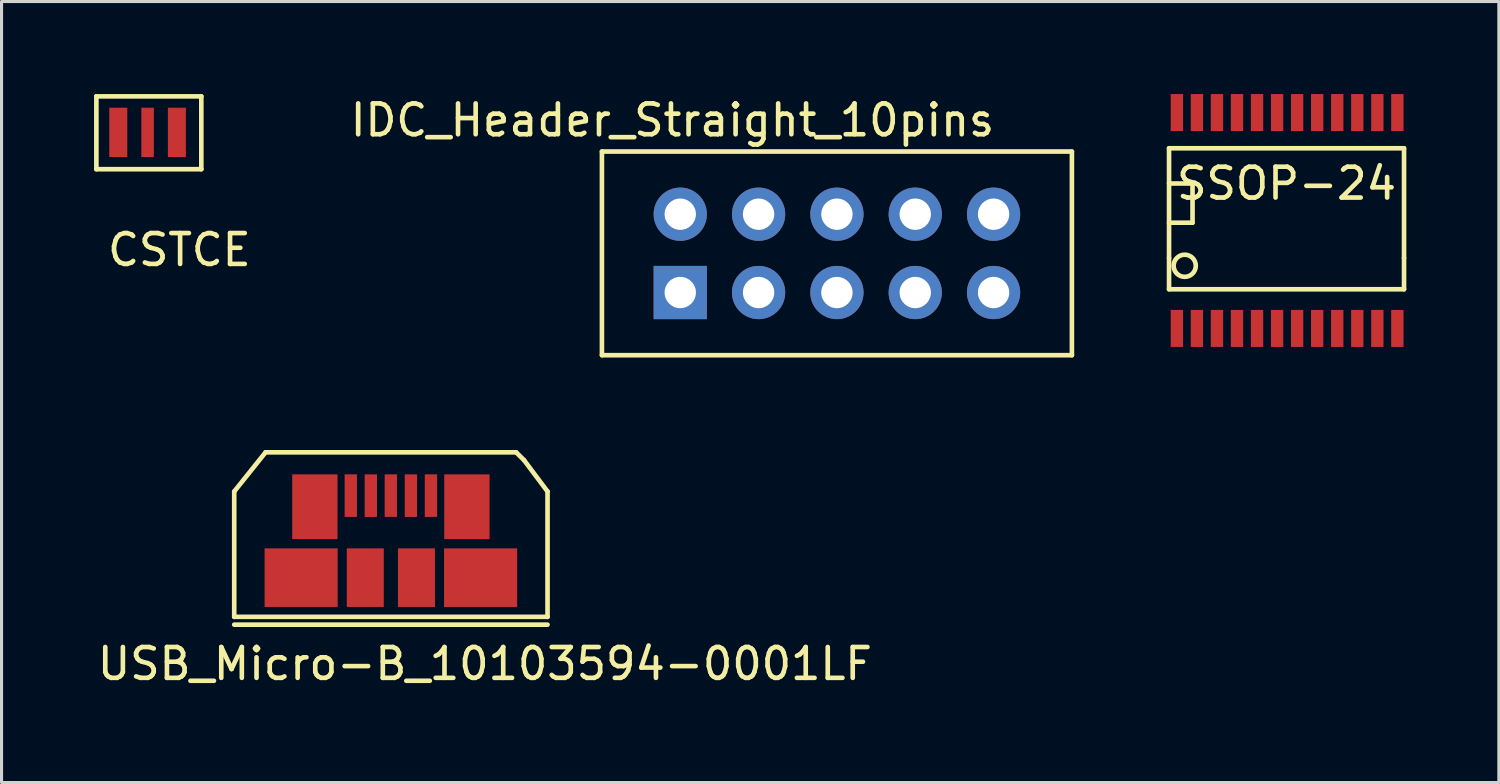
<source format=kicad_pcb>
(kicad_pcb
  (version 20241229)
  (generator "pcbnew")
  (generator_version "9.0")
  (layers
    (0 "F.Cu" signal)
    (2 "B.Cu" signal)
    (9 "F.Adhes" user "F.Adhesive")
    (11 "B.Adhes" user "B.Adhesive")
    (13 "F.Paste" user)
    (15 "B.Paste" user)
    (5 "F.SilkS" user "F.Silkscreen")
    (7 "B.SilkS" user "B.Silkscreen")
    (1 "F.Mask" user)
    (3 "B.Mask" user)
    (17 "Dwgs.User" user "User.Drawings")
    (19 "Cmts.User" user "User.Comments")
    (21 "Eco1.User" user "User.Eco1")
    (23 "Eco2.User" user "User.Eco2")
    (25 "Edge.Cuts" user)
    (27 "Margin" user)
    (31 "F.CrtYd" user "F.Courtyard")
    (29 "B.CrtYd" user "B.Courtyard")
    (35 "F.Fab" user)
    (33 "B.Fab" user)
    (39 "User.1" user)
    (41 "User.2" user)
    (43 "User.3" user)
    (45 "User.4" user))
  (footprint "USB_Micro-B_10103594-0001LF"
    (layer "F.Cu")
    (at 9.625 15.682)
    (property "Reference" "USB_Micro-B_10103594-0001LF" (at 3.048 2.794 0) (layer "F.SilkS") (effects (font (size 1 1) (thickness 0.15))))
    (attr smd)
    (fp_line (start -5.08 -2.794) (end -4.064 -4.064) (stroke (width 0.15) (type solid)) (layer "F.SilkS"))
    (fp_line (start -5.08 1.27) (end -5.08 -2.794) (stroke (width 0.15) (type solid)) (layer "F.SilkS"))
    (fp_line (start -5.08 1.524) (end 5.08 1.524) (stroke (width 0.15) (type solid)) (layer "F.SilkS"))
    (fp_line (start -4.064 -4.064) (end 4.064 -4.064) (stroke (width 0.15) (type solid)) (layer "F.SilkS"))
    (fp_line (start 4.064 -4.064) (end 4.318 -3.81) (stroke (width 0.15) (type solid)) (layer "F.SilkS"))
    (fp_line (start 4.318 -3.81) (end 5.08 -2.794) (stroke (width 0.15) (type solid)) (layer "F.SilkS"))
    (fp_line (start 5.08 -2.794) (end 5.08 1.27) (stroke (width 0.15) (type solid)) (layer "F.SilkS"))
    (fp_line (start 5.08 1.27) (end -5.08 1.27) (stroke (width 0.15) (type solid)) (layer "F.SilkS"))
    (pad "1" smd rect (at -1.3 -2.66 90) (size 1.38 0.4) (layers "F.Cu" "F.Mask" "F.Paste"))
    (pad "2" smd rect (at -0.65 -2.66 90) (size 1.38 0.4) (layers "F.Cu" "F.Mask" "F.Paste"))
    (pad "3" smd rect (at -0.001 -2.66 90) (size 1.38 0.4) (layers "F.Cu" "F.Mask" "F.Paste"))
    (pad "4" smd rect (at 0.65 -2.66 90) (size 1.38 0.4) (layers "F.Cu" "F.Mask" "F.Paste"))
    (pad "5" smd rect (at 1.3 -2.66 90) (size 1.38 0.4) (layers "F.Cu" "F.Mask" "F.Paste"))
    (pad "6" smd rect (at -2.91 0 90) (size 1.9 2.37) (layers "F.Cu" "F.Mask" "F.Paste"))
    (pad "6" smd rect (at -2.465 -2.3 90) (size 2.1 1.47) (layers "F.Cu" "F.Mask" "F.Paste"))
    (pad "6" smd rect (at -0.83 0 90) (size 1.9 1.2) (layers "F.Cu" "F.Mask" "F.Paste"))
    (pad "6" smd rect (at 0.83 0 90) (size 1.9 1.2) (layers "F.Cu" "F.Mask" "F.Paste"))
    (pad "6" smd rect (at 2.465 -2.3 90) (size 2.1 1.47) (layers "F.Cu" "F.Mask" "F.Paste"))
    (pad "6" smd rect (at 2.91 0 90) (size 1.9 2.37) (layers "F.Cu" "F.Mask" "F.Paste")))
  (footprint "SSOP-24"
    (layer "F.Cu")
    (at 35.113 7.6)
    (property "Reference" "SSOP-24" (at 3.556 -4.699 0) (layer "F.SilkS") (effects (font (size 1 1) (thickness 0.15))))
    (attr smd)
    (fp_line (start -0.254 -4.699) (end 0.508 -4.699) (stroke (width 0.15) (type solid)) (layer "F.SilkS"))
    (fp_line (start -0.254 -2.286) (end -0.254 -5.842) (stroke (width 0.15) (type solid)) (layer "F.SilkS"))
    (fp_line (start -0.254 -2.286) (end -0.254 -1.27) (stroke (width 0.15) (type solid)) (layer "F.SilkS"))
    (fp_line (start -0.254 -1.27) (end 7.366 -1.27) (stroke (width 0.15) (type solid)) (layer "F.SilkS"))
    (fp_line (start 0.508 -4.699) (end 0.508 -3.429) (stroke (width 0.15) (type solid)) (layer "F.SilkS"))
    (fp_line (start 0.508 -3.429) (end -0.254 -3.429) (stroke (width 0.15) (type solid)) (layer "F.SilkS"))
    (fp_line (start 7.366 -5.842) (end -0.254 -5.842) (stroke (width 0.15) (type solid)) (layer "F.SilkS"))
    (fp_line (start 7.366 -5.842) (end 7.366 -2.286) (stroke (width 0.15) (type solid)) (layer "F.SilkS"))
    (fp_line (start 7.366 -2.286) (end 7.366 -1.27) (stroke (width 0.15) (type solid)) (layer "F.SilkS"))
    (fp_circle (center 0.254 -2.032) (end 0 -2.286) (stroke (width 0.15) (type solid)) (fill no) (layer "F.SilkS"))
    (pad "1" smd rect (at 0 0) (size 0.4 1.2) (layers "F.Cu" "F.Mask" "F.Paste"))
    (pad "2" smd rect (at 0.65 0) (size 0.4 1.2) (layers "F.Cu" "F.Mask" "F.Paste"))
    (pad "3" smd rect (at 1.3 0) (size 0.4 1.2) (layers "F.Cu" "F.Mask" "F.Paste"))
    (pad "4" smd rect (at 1.95 0) (size 0.4 1.2) (layers "F.Cu" "F.Mask" "F.Paste"))
    (pad "5" smd rect (at 2.6 0) (size 0.4 1.2) (layers "F.Cu" "F.Mask" "F.Paste"))
    (pad "6" smd rect (at 3.25 0) (size 0.4 1.2) (layers "F.Cu" "F.Mask" "F.Paste"))
    (pad "7" smd rect (at 3.9 0) (size 0.4 1.2) (layers "F.Cu" "F.Mask" "F.Paste"))
    (pad "8" smd rect (at 4.55 0) (size 0.4 1.2) (layers "F.Cu" "F.Mask" "F.Paste"))
    (pad "9" smd rect (at 5.2 0) (size 0.4 1.2) (layers "F.Cu" "F.Mask" "F.Paste"))
    (pad "10" smd rect (at 5.85 0) (size 0.4 1.2) (layers "F.Cu" "F.Mask" "F.Paste"))
    (pad "11" smd rect (at 6.5 0) (size 0.4 1.2) (layers "F.Cu" "F.Mask" "F.Paste"))
    (pad "12" smd rect (at 7.15 0) (size 0.4 1.2) (layers "F.Cu" "F.Mask" "F.Paste"))
    (pad "13" smd rect (at 7.15 -7) (size 0.4 1.2) (layers "F.Cu" "F.Mask" "F.Paste"))
    (pad "14" smd rect (at 6.5 -7) (size 0.4 1.2) (layers "F.Cu" "F.Mask" "F.Paste"))
    (pad "15" smd rect (at 5.85 -7) (size 0.4 1.2) (layers "F.Cu" "F.Mask" "F.Paste"))
    (pad "16" smd rect (at 5.2 -7) (size 0.4 1.2) (layers "F.Cu" "F.Mask" "F.Paste"))
    (pad "17" smd rect (at 4.55 -7) (size 0.4 1.2) (layers "F.Cu" "F.Mask" "F.Paste"))
    (pad "18" smd rect (at 3.9 -7) (size 0.4 1.2) (layers "F.Cu" "F.Mask" "F.Paste"))
    (pad "19" smd rect (at 3.25 -7) (size 0.4 1.2) (layers "F.Cu" "F.Mask" "F.Paste"))
    (pad "20" smd rect (at 2.6 -7) (size 0.4 1.2) (layers "F.Cu" "F.Mask" "F.Paste"))
    (pad "21" smd rect (at 1.95 -7) (size 0.4 1.2) (layers "F.Cu" "F.Mask" "F.Paste"))
    (pad "22" smd rect (at 1.3 -7) (size 0.4 1.2) (layers "F.Cu" "F.Mask" "F.Paste"))
    (pad "23" smd rect (at 0.65 -7) (size 0.4 1.2) (layers "F.Cu" "F.Mask" "F.Paste"))
    (pad "24" smd rect (at 0 -7) (size 0.4 1.2) (layers "F.Cu" "F.Mask" "F.Paste")))
  (footprint "CSTCE"
    (layer "F.Cu")
    (at 0.786 1.243)
    (property "Reference" "CSTCE" (at 1.981 3.81 0) (layer "F.SilkS") (effects (font (size 1 1) (thickness 0.15))))
    (attr through_hole)
    (fp_line (start -0.711 -1.168) (end -0.711 1.194) (stroke (width 0.15) (type solid)) (layer "F.SilkS"))
    (fp_line (start -0.711 -1.168) (end 2.692 -1.168) (stroke (width 0.15) (type solid)) (layer "F.SilkS"))
    (fp_line (start -0.711 1.194) (end 2.692 1.194) (stroke (width 0.15) (type solid)) (layer "F.SilkS"))
    (fp_line (start 2.692 1.194) (end 2.692 -1.168) (stroke (width 0.15) (type solid)) (layer "F.SilkS"))
    (pad "1" smd rect (at 0 0) (size 0.584 1.6) (layers "F.Cu" "F.Mask" "F.Paste"))
    (pad "2" smd rect (at 0.95 0) (size 0.406 1.6) (layers "F.Cu" "F.Mask" "F.Paste"))
    (pad "3" smd rect (at 1.9 0) (size 0.584 1.6) (layers "F.Cu" "F.Mask" "F.Paste")))
  (footprint "IDC_Header_Straight_10pins"
    (layer "F.Cu")
    (at 19.009 6.436)
    (property "Reference" "IDC_Header_Straight_10pins" (at -0.254 -5.588 0) (layer "F.SilkS") (effects (font (size 1 1) (thickness 0.15))))
    (attr through_hole)
    (fp_line (start -2.54 -4.572) (end 12.7 -4.572) (stroke (width 0.15) (type solid)) (layer "F.SilkS"))
    (fp_line (start -2.54 2.032) (end -2.54 -4.572) (stroke (width 0.15) (type solid)) (layer "F.SilkS"))
    (fp_line (start 12.7 -4.572) (end 12.7 2.032) (stroke (width 0.15) (type solid)) (layer "F.SilkS"))
    (fp_line (start 12.7 2.032) (end -2.54 2.032) (stroke (width 0.15) (type solid)) (layer "F.SilkS"))
    (pad "1" thru_hole rect (at 0 0) (size 1.727 1.727) (drill 1.016) (layers "*.Cu" "*.Mask"))
    (pad "2" thru_hole oval (at 0 -2.54) (size 1.727 1.727) (drill 1.016) (layers "*.Cu" "*.Mask"))
    (pad "3" thru_hole oval (at 2.54 0) (size 1.727 1.727) (drill 1.016) (layers "*.Cu" "*.Mask"))
    (pad "4" thru_hole oval (at 2.54 -2.54) (size 1.727 1.727) (drill 1.016) (layers "*.Cu" "*.Mask"))
    (pad "5" thru_hole oval (at 5.08 0) (size 1.727 1.727) (drill 1.016) (layers "*.Cu" "*.Mask"))
    (pad "6" thru_hole oval (at 5.08 -2.54) (size 1.727 1.727) (drill 1.016) (layers "*.Cu" "*.Mask"))
    (pad "7" thru_hole oval (at 7.62 0) (size 1.727 1.727) (drill 1.016) (layers "*.Cu" "*.Mask"))
    (pad "8" thru_hole oval (at 7.62 -2.54) (size 1.727 1.727) (drill 1.016) (layers "*.Cu" "*.Mask"))
    (pad "9" thru_hole oval (at 10.16 0) (size 1.727 1.727) (drill 1.016) (layers "*.Cu" "*.Mask"))
    (pad "10" thru_hole oval (at 10.16 -2.54) (size 1.727 1.727) (drill 1.016) (layers "*.Cu" "*.Mask")))
  (gr_rect
    (start -3 -3)
    (end 45.554 22.325)
    (stroke (width 0.1) (type default))
    (fill no)
    (layer "Edge.Cuts")))
</source>
